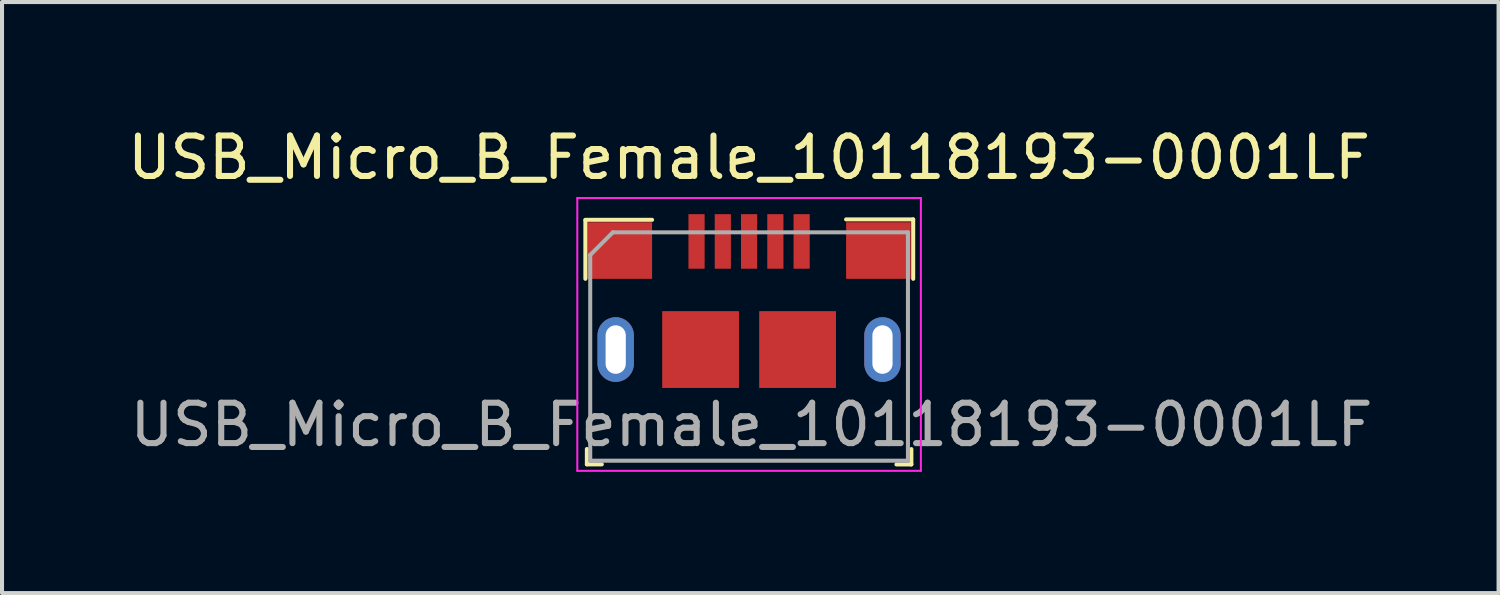
<source format=kicad_pcb>
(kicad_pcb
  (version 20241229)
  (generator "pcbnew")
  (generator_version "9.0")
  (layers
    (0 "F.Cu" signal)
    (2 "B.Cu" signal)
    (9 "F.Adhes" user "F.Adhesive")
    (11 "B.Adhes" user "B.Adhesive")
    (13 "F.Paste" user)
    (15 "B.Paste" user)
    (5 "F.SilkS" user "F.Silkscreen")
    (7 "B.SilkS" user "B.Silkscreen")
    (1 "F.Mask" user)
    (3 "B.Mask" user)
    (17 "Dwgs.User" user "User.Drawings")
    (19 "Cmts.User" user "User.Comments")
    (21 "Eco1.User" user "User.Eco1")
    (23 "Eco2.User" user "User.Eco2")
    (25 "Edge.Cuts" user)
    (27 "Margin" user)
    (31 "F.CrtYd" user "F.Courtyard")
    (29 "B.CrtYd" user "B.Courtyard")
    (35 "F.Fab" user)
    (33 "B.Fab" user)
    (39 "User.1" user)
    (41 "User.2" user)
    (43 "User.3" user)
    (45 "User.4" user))
  (footprint "USB_Micro_B_Female_10118193-0001LF"
    (layer "F.Cu")
    (at 15.482 5.598)
    (property "Reference" "USB_Micro_B_Female_10118193-0001LF" (at 0 -4.75 0) (layer "F.SilkS") (effects (font (size 1 1) (thickness 0.15))))
    (attr smd)
    (fp_line (start -4.05 -3.21) (end -2.4 -3.21) (stroke (width 0.1) (type solid)) (layer "F.SilkS"))
    (fp_line (start -4.05 -3.2) (end -4.05 -1.75) (stroke (width 0.1) (type solid)) (layer "F.SilkS"))
    (fp_line (start -4.013 2.46) (end -4.013 2.84) (stroke (width 0.1) (type solid)) (layer "F.SilkS"))
    (fp_line (start -4.013 2.84) (end -3.643 2.84) (stroke (width 0.1) (type solid)) (layer "F.SilkS"))
    (fp_line (start 4.015 2.462) (end 4.015 2.842) (stroke (width 0.1) (type solid)) (layer "F.SilkS"))
    (fp_line (start 4.015 2.842) (end 3.645 2.842) (stroke (width 0.1) (type solid)) (layer "F.SilkS"))
    (fp_line (start 4.06 -3.22) (end 2.4 -3.22) (stroke (width 0.1) (type solid)) (layer "F.SilkS"))
    (fp_line (start 4.06 -3.22) (end 4.06 -1.75) (stroke (width 0.1) (type solid)) (layer "F.SilkS"))
    (fp_line (start -4.25 -3.75) (end -4.25 3) (stroke (width 0.05) (type solid)) (layer "F.CrtYd"))
    (fp_line (start -4.25 -3.75) (end 4.25 -3.75) (stroke (width 0.05) (type solid)) (layer "F.CrtYd"))
    (fp_line (start -4.25 3) (end 4.25 3) (stroke (width 0.05) (type solid)) (layer "F.CrtYd"))
    (fp_line (start 4.25 -3.75) (end 4.25 3) (stroke (width 0.05) (type solid)) (layer "F.CrtYd"))
    (fp_line (start -3.93 -2.34) (end -3.37 -2.9) (stroke (width 0.1) (type solid)) (layer "F.Fab"))
    (fp_line (start -3.93 2.75) (end -3.93 -2.34) (stroke (width 0.1) (type solid)) (layer "F.Fab"))
    (fp_line (start -3.93 2.75) (end 3.93 2.75) (stroke (width 0.1) (type solid)) (layer "F.Fab"))
    (fp_line (start 3.93 -2.9) (end -3.37 -2.9) (stroke (width 0.1) (type solid)) (layer "F.Fab"))
    (fp_line (start 3.93 2.75) (end 3.93 -2.9) (stroke (width 0.1) (type solid)) (layer "F.Fab"))
    (fp_text user "${REFERENCE}" (at 0.06 1.86 0) (layer "F.Fab") (effects (font (size 1 1) (thickness 0.15))))
    (pad "1" smd rect (at -1.3 -2.675) (size 0.4 1.35) (layers "F.Cu" "F.Mask" "F.Paste"))
    (pad "2" smd rect (at -0.65 -2.675) (size 0.4 1.35) (layers "F.Cu" "F.Mask" "F.Paste"))
    (pad "3" smd rect (at 0 -2.675) (size 0.4 1.35) (layers "F.Cu" "F.Mask" "F.Paste"))
    (pad "4" smd rect (at 0.65 -2.675) (size 0.4 1.35) (layers "F.Cu" "F.Mask" "F.Paste"))
    (pad "5" smd rect (at 1.3 -2.675) (size 0.4 1.35) (layers "F.Cu" "F.Mask" "F.Paste"))
    (pad "SH" thru_hole oval (at -3.3 0) (size 0.9 1.6) (drill oval 0.5 1.2) (layers "*.Cu" "*.Mask"))
    (pad "SH" smd rect (at -3.2 -2.45) (size 1.6 1.4) (layers "F.Cu" "F.Mask" "F.Paste"))
    (pad "SH" smd rect (at -1.2 0) (size 1.9 1.9) (layers "F.Cu" "F.Mask" "F.Paste"))
    (pad "SH" smd rect (at 1.2 0) (size 1.9 1.9) (layers "F.Cu" "F.Mask" "F.Paste"))
    (pad "SH" smd rect (at 3.2 -2.45) (size 1.6 1.4) (layers "F.Cu" "F.Mask" "F.Paste"))
    (pad "SH" thru_hole oval (at 3.3 0) (size 0.9 1.6) (drill oval 0.5 1.2) (layers "*.Cu" "*.Mask")))
  (gr_rect
    (start -3 -3)
    (end 34.024 11.623)
    (stroke (width 0.1) (type default))
    (fill no)
    (layer "Edge.Cuts")))
</source>
